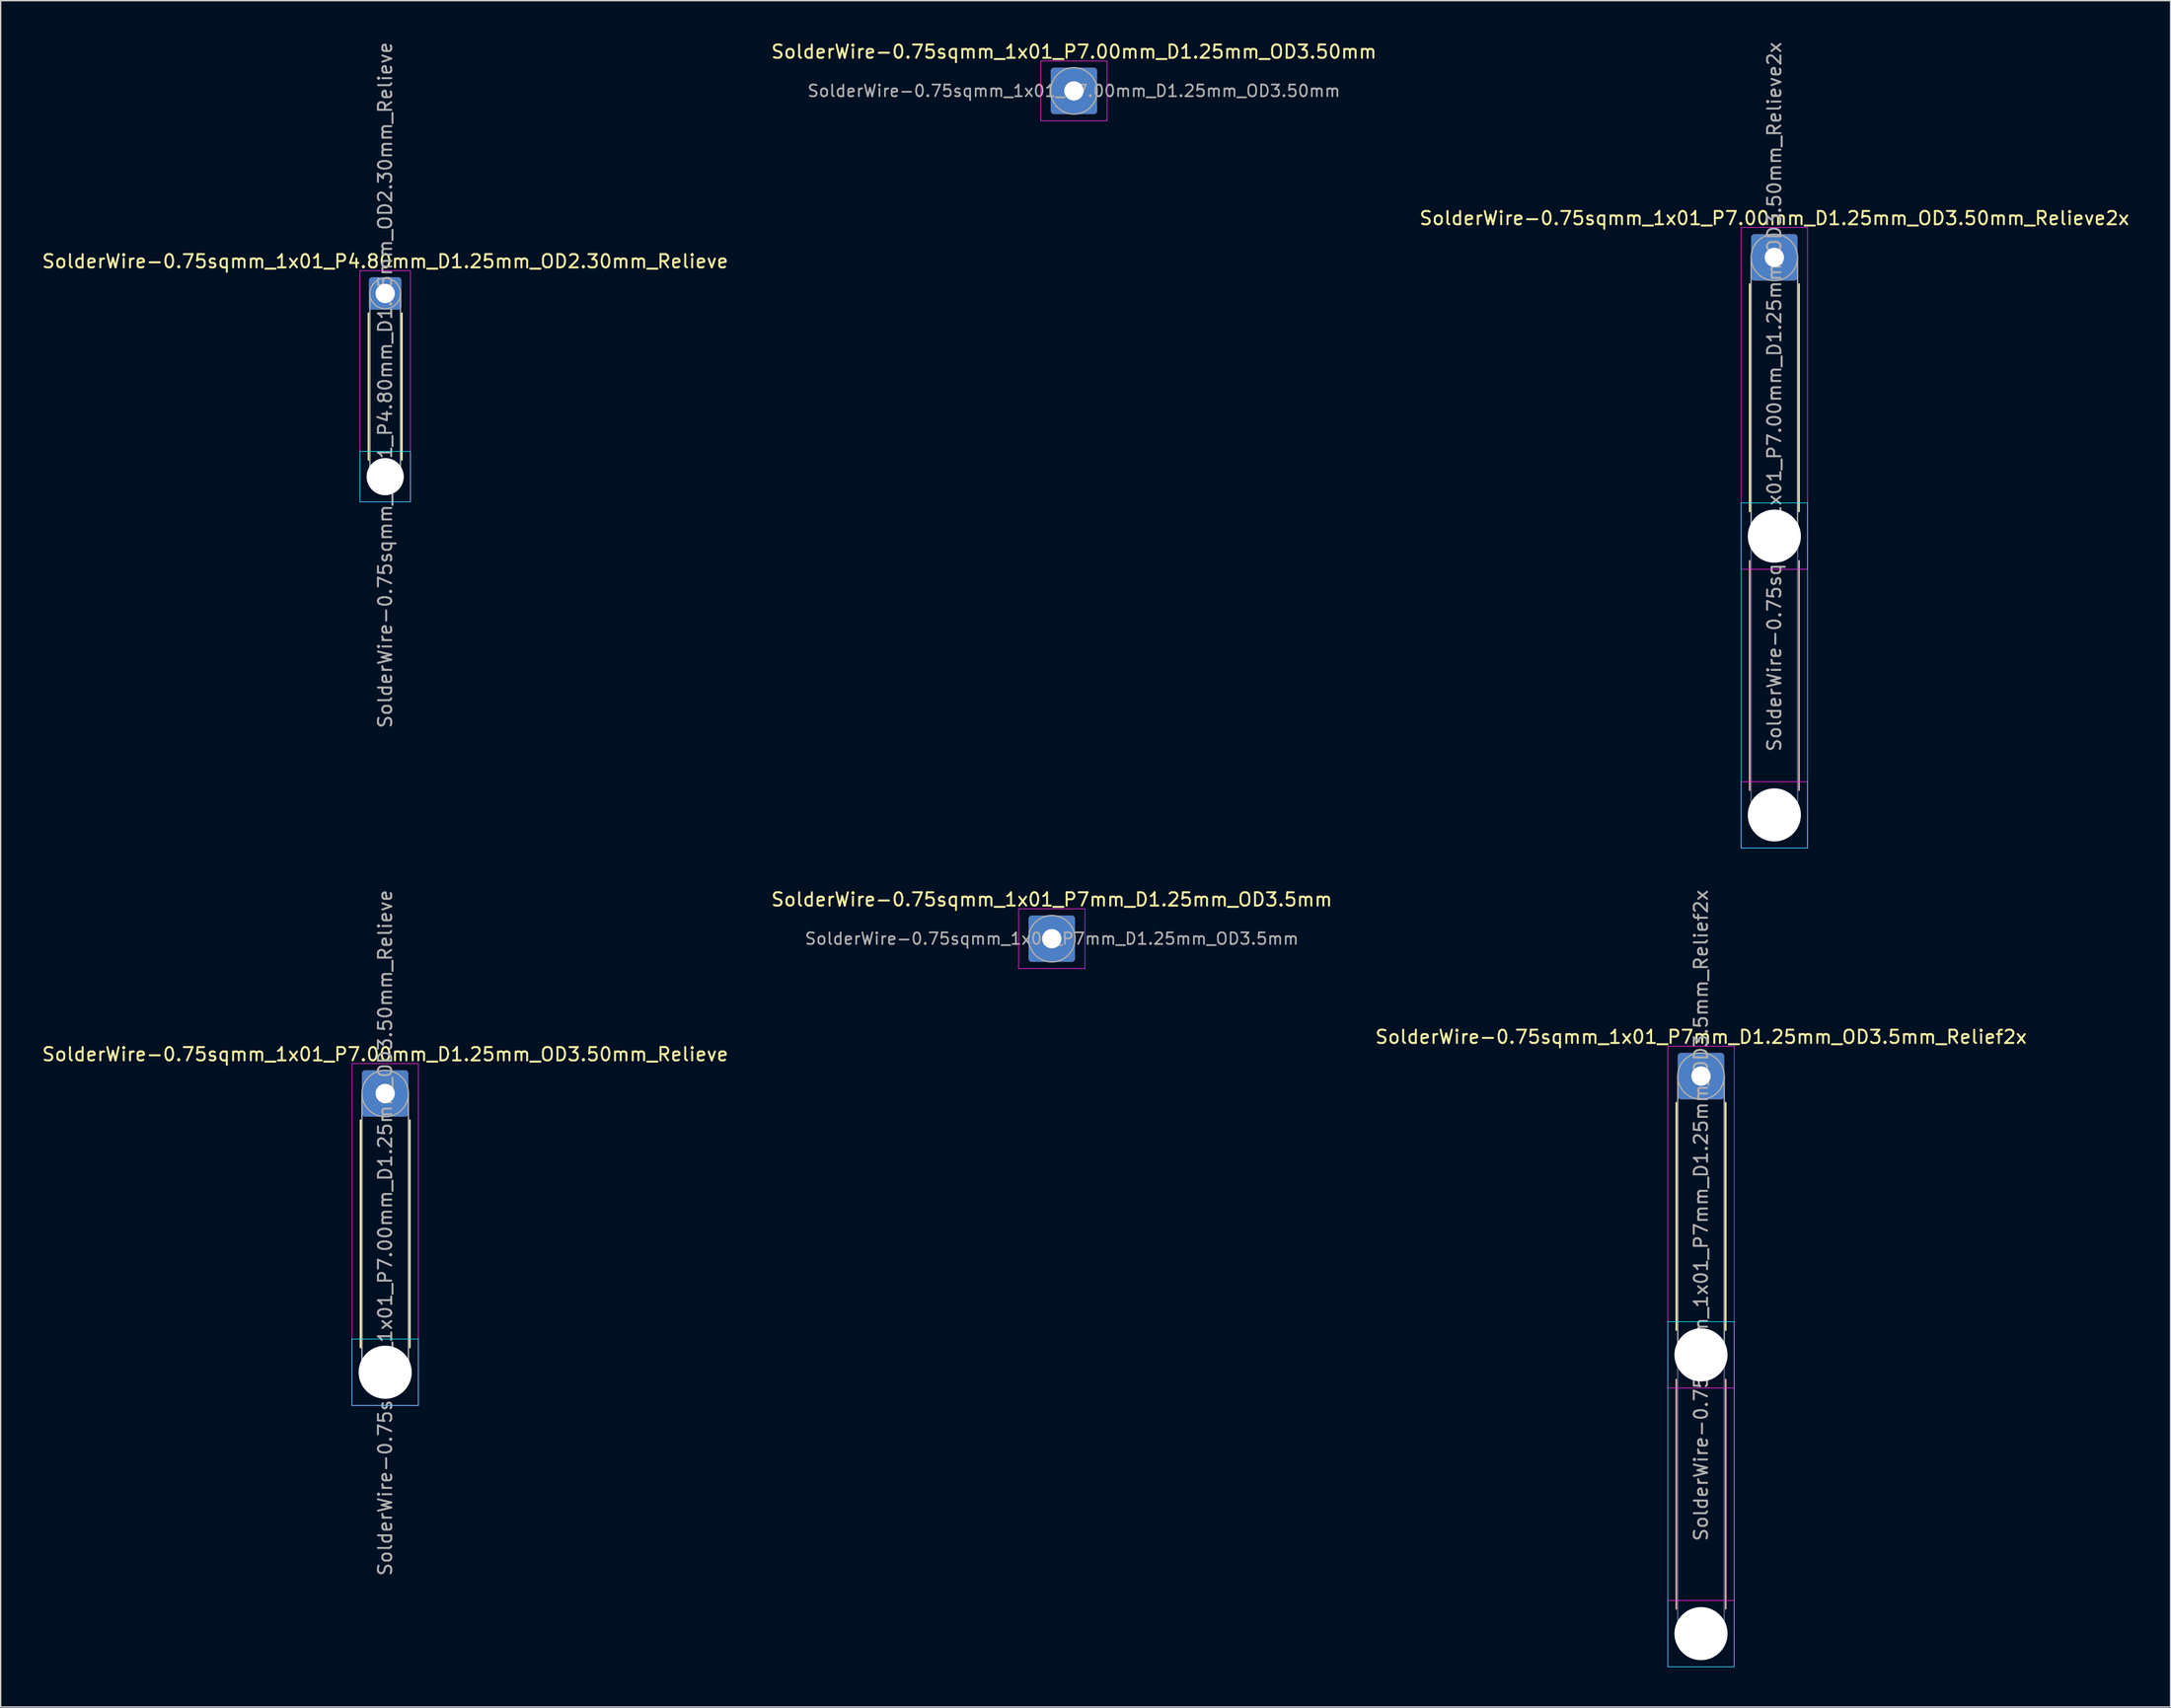
<source format=kicad_pcb>
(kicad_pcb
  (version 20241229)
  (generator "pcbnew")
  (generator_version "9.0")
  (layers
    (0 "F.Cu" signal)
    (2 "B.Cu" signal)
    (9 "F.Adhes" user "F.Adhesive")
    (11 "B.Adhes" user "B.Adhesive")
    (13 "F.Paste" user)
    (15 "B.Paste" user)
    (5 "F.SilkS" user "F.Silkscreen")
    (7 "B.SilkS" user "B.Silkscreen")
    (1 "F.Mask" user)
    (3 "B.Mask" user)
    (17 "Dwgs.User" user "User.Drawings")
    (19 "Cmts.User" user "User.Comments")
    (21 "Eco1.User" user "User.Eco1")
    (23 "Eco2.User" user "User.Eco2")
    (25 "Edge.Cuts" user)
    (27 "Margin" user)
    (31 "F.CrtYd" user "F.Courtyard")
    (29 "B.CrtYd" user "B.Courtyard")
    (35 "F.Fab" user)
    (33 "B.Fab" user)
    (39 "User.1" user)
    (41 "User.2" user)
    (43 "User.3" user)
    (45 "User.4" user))
  (footprint "SolderWire-0.75sqmm_1x01_P7mm_D1.25mm_OD3.5mm_Relief2x"
    (layer "F.Cu")
    (at 125.054 78.013)
    (property "Reference" "SolderWire-0.75sqmm_1x01_P7mm_D1.25mm_OD3.5mm_Relief2x" (at 0 -2.95 0) (layer "F.SilkS") (effects (font (size 1 1) (thickness 0.15))))
    (attr exclude_from_pos_files exclude_from_bom)
    (fp_line (start -1.86 2.01) (end -1.86 19.14) (stroke (width 0.12) (type solid)) (layer "F.SilkS"))
    (fp_line (start 1.86 2.01) (end 1.86 19.14) (stroke (width 0.12) (type solid)) (layer "F.SilkS"))
    (fp_line (start -1.86 22.86) (end -1.86 40.14) (stroke (width 0.12) (type solid)) (layer "B.SilkS"))
    (fp_line (start 1.86 22.86) (end 1.86 40.14) (stroke (width 0.12) (type solid)) (layer "B.SilkS"))
    (fp_line (start -2.5 18.5) (end -2.5 44.5) (stroke (width 0.05) (type solid)) (layer "B.CrtYd"))
    (fp_line (start -2.5 44.5) (end 2.5 44.5) (stroke (width 0.05) (type solid)) (layer "B.CrtYd"))
    (fp_line (start 2.5 18.5) (end -2.5 18.5) (stroke (width 0.05) (type solid)) (layer "B.CrtYd"))
    (fp_line (start 2.5 44.5) (end 2.5 18.5) (stroke (width 0.05) (type solid)) (layer "B.CrtYd"))
    (fp_line (start -2.5 -2.25) (end -2.5 23.5) (stroke (width 0.05) (type solid)) (layer "F.CrtYd"))
    (fp_line (start -2.5 23.5) (end 2.5 23.5) (stroke (width 0.05) (type solid)) (layer "F.CrtYd"))
    (fp_line (start -2.5 39.5) (end -2.5 44.5) (stroke (width 0.05) (type solid)) (layer "F.CrtYd"))
    (fp_line (start -2.5 44.5) (end 2.5 44.5) (stroke (width 0.05) (type solid)) (layer "F.CrtYd"))
    (fp_line (start 2.5 -2.25) (end -2.5 -2.25) (stroke (width 0.05) (type solid)) (layer "F.CrtYd"))
    (fp_line (start 2.5 23.5) (end 2.5 -2.25) (stroke (width 0.05) (type solid)) (layer "F.CrtYd"))
    (fp_line (start 2.5 39.5) (end -2.5 39.5) (stroke (width 0.05) (type solid)) (layer "F.CrtYd"))
    (fp_line (start 2.5 44.5) (end 2.5 39.5) (stroke (width 0.05) (type solid)) (layer "F.CrtYd"))
    (fp_line (start -1.75 21) (end -1.75 42) (stroke (width 0.1) (type solid)) (layer "B.Fab"))
    (fp_line (start 1.75 21) (end 1.75 42) (stroke (width 0.1) (type solid)) (layer "B.Fab"))
    (fp_circle (center 0 21) (end 1.75 21) (stroke (width 0.1) (type solid)) (fill no) (layer "B.Fab"))
    (fp_circle (center 0 42) (end 1.75 42) (stroke (width 0.1) (type solid)) (fill no) (layer "B.Fab"))
    (fp_line (start -1.75 0) (end -1.75 21) (stroke (width 0.1) (type solid)) (layer "F.Fab"))
    (fp_line (start 1.75 0) (end 1.75 21) (stroke (width 0.1) (type solid)) (layer "F.Fab"))
    (fp_circle (center 0 0) (end 1.75 0) (stroke (width 0.1) (type solid)) (fill no) (layer "F.Fab"))
    (fp_circle (center 0 21) (end 1.75 21) (stroke (width 0.1) (type solid)) (fill no) (layer "F.Fab"))
    (fp_circle (center 0 42) (end 1.75 42) (stroke (width 0.1) (type solid)) (fill no) (layer "F.Fab"))
    (fp_text user "${REFERENCE}" (at 0 10.5 90) (layer "F.Fab") (effects (font (size 1 1) (thickness 0.15))))
    (pad "" np_thru_hole circle (at 0 21) (size 4 4) (drill 4) (layers "*.Cu" "*.Mask"))
    (pad "" np_thru_hole circle (at 0 42) (size 4 4) (drill 4) (layers "*.Cu" "*.Mask"))
    (pad "1" thru_hole roundrect (at 0 0) (size 3.5 3.5) (drill 1.45) (layers "*.Cu" "*.Mask") (roundrect_rratio 0.071)))
  (footprint "SolderWire-0.75sqmm_1x01_P7.00mm_D1.25mm_OD3.50mm"
    (layer "F.Cu")
    (at 77.827 3.798)
    (property "Reference" "SolderWire-0.75sqmm_1x01_P7.00mm_D1.25mm_OD3.50mm" (at 0 -2.95 0) (layer "F.SilkS") (effects (font (size 1 1) (thickness 0.15))))
    (attr exclude_from_pos_files exclude_from_bom)
    (fp_line (start -2.5 -2.25) (end -2.5 2.25) (stroke (width 0.05) (type solid)) (layer "F.CrtYd"))
    (fp_line (start -2.5 2.25) (end 2.5 2.25) (stroke (width 0.05) (type solid)) (layer "F.CrtYd"))
    (fp_line (start 2.5 -2.25) (end -2.5 -2.25) (stroke (width 0.05) (type solid)) (layer "F.CrtYd"))
    (fp_line (start 2.5 2.25) (end 2.5 -2.25) (stroke (width 0.05) (type solid)) (layer "F.CrtYd"))
    (fp_circle (center 0 0) (end 1.75 0) (stroke (width 0.1) (type solid)) (fill no) (layer "F.Fab"))
    (fp_text user "${REFERENCE}" (at 0 0 0) (layer "F.Fab") (effects (font (size 0.88 0.88) (thickness 0.13))))
    (pad "1" thru_hole roundrect (at 0 0) (size 3.5 3.5) (drill 1.45) (layers "*.Cu" "*.Mask") (roundrect_rratio 0.071)))
  (footprint "SolderWire-0.75sqmm_1x01_P4.80mm_D1.25mm_OD2.30mm_Relieve"
    (layer "F.Cu")
    (at 25.958 19.058)
    (property "Reference" "SolderWire-0.75sqmm_1x01_P4.80mm_D1.25mm_OD2.30mm_Relieve" (at 0 -2.42 0) (layer "F.SilkS") (effects (font (size 1 1) (thickness 0.15))))
    (attr exclude_from_pos_files exclude_from_bom)
    (fp_line (start -1.26 1.485) (end -1.26 12.54) (stroke (width 0.12) (type solid)) (layer "F.SilkS"))
    (fp_line (start 1.26 1.485) (end 1.26 12.54) (stroke (width 0.12) (type solid)) (layer "F.SilkS"))
    (fp_line (start -1.9 11.9) (end -1.9 15.7) (stroke (width 0.05) (type solid)) (layer "B.CrtYd"))
    (fp_line (start -1.9 15.7) (end 1.9 15.7) (stroke (width 0.05) (type solid)) (layer "B.CrtYd"))
    (fp_line (start 1.9 11.9) (end -1.9 11.9) (stroke (width 0.05) (type solid)) (layer "B.CrtYd"))
    (fp_line (start 1.9 15.7) (end 1.9 11.9) (stroke (width 0.05) (type solid)) (layer "B.CrtYd"))
    (fp_line (start -1.9 -1.72) (end -1.9 15.7) (stroke (width 0.05) (type solid)) (layer "F.CrtYd"))
    (fp_line (start -1.9 15.7) (end 1.9 15.7) (stroke (width 0.05) (type solid)) (layer "F.CrtYd"))
    (fp_line (start 1.9 -1.72) (end -1.9 -1.72) (stroke (width 0.05) (type solid)) (layer "F.CrtYd"))
    (fp_line (start 1.9 15.7) (end 1.9 -1.72) (stroke (width 0.05) (type solid)) (layer "F.CrtYd"))
    (fp_line (start -1.15 0) (end -1.15 13.8) (stroke (width 0.1) (type solid)) (layer "F.Fab"))
    (fp_line (start 1.15 0) (end 1.15 13.8) (stroke (width 0.1) (type solid)) (layer "F.Fab"))
    (fp_circle (center 0 0) (end 1.15 0) (stroke (width 0.1) (type solid)) (fill no) (layer "F.Fab"))
    (fp_circle (center 0 13.8) (end 1.15 13.8) (stroke (width 0.1) (type solid)) (fill no) (layer "F.Fab"))
    (fp_text user "${REFERENCE}" (at 0 6.9 90) (layer "F.Fab") (effects (font (size 1 1) (thickness 0.15))))
    (pad "" np_thru_hole circle (at 0 13.8) (size 2.8 2.8) (drill 2.8) (layers "*.Cu" "*.Mask"))
    (pad "1" thru_hole roundrect (at 0 0) (size 2.45 2.45) (drill 1.45) (layers "*.Cu" "*.Mask") (roundrect_rratio 0.102)))
  (footprint "SolderWire-0.75sqmm_1x01_P7mm_D1.25mm_OD3.5mm"
    (layer "F.Cu")
    (at 76.161 67.663)
    (property "Reference" "SolderWire-0.75sqmm_1x01_P7mm_D1.25mm_OD3.5mm" (at 0 -2.95 0) (layer "F.SilkS") (effects (font (size 1 1) (thickness 0.15))))
    (attr exclude_from_pos_files exclude_from_bom)
    (fp_line (start -2.5 -2.25) (end -2.5 2.25) (stroke (width 0.05) (type solid)) (layer "F.CrtYd"))
    (fp_line (start -2.5 2.25) (end 2.5 2.25) (stroke (width 0.05) (type solid)) (layer "F.CrtYd"))
    (fp_line (start 2.5 -2.25) (end -2.5 -2.25) (stroke (width 0.05) (type solid)) (layer "F.CrtYd"))
    (fp_line (start 2.5 2.25) (end 2.5 -2.25) (stroke (width 0.05) (type solid)) (layer "F.CrtYd"))
    (fp_circle (center 0 0) (end 1.75 0) (stroke (width 0.1) (type solid)) (fill no) (layer "F.Fab"))
    (fp_text user "${REFERENCE}" (at 0 0 0) (layer "F.Fab") (effects (font (size 0.88 0.88) (thickness 0.13))))
    (pad "1" thru_hole roundrect (at 0 0) (size 3.5 3.5) (drill 1.45) (layers "*.Cu" "*.Mask") (roundrect_rratio 0.071)))
  (footprint "SolderWire-0.75sqmm_1x01_P7.00mm_D1.25mm_OD3.50mm_Relieve"
    (layer "F.Cu")
    (at 25.958 79.323)
    (property "Reference" "SolderWire-0.75sqmm_1x01_P7.00mm_D1.25mm_OD3.50mm_Relieve" (at 0 -2.95 0) (layer "F.SilkS") (effects (font (size 1 1) (thickness 0.15))))
    (attr exclude_from_pos_files exclude_from_bom)
    (fp_line (start -1.86 2.01) (end -1.86 19.14) (stroke (width 0.12) (type solid)) (layer "F.SilkS"))
    (fp_line (start 1.86 2.01) (end 1.86 19.14) (stroke (width 0.12) (type solid)) (layer "F.SilkS"))
    (fp_line (start -2.5 18.5) (end -2.5 23.5) (stroke (width 0.05) (type solid)) (layer "B.CrtYd"))
    (fp_line (start -2.5 23.5) (end 2.5 23.5) (stroke (width 0.05) (type solid)) (layer "B.CrtYd"))
    (fp_line (start 2.5 18.5) (end -2.5 18.5) (stroke (width 0.05) (type solid)) (layer "B.CrtYd"))
    (fp_line (start 2.5 23.5) (end 2.5 18.5) (stroke (width 0.05) (type solid)) (layer "B.CrtYd"))
    (fp_line (start -2.5 -2.25) (end -2.5 23.5) (stroke (width 0.05) (type solid)) (layer "F.CrtYd"))
    (fp_line (start -2.5 23.5) (end 2.5 23.5) (stroke (width 0.05) (type solid)) (layer "F.CrtYd"))
    (fp_line (start 2.5 -2.25) (end -2.5 -2.25) (stroke (width 0.05) (type solid)) (layer "F.CrtYd"))
    (fp_line (start 2.5 23.5) (end 2.5 -2.25) (stroke (width 0.05) (type solid)) (layer "F.CrtYd"))
    (fp_line (start -1.75 0) (end -1.75 21) (stroke (width 0.1) (type solid)) (layer "F.Fab"))
    (fp_line (start 1.75 0) (end 1.75 21) (stroke (width 0.1) (type solid)) (layer "F.Fab"))
    (fp_circle (center 0 0) (end 1.75 0) (stroke (width 0.1) (type solid)) (fill no) (layer "F.Fab"))
    (fp_circle (center 0 21) (end 1.75 21) (stroke (width 0.1) (type solid)) (fill no) (layer "F.Fab"))
    (fp_text user "${REFERENCE}" (at 0 10.5 90) (layer "F.Fab") (effects (font (size 1 1) (thickness 0.15))))
    (pad "" np_thru_hole circle (at 0 21) (size 4 4) (drill 4) (layers "*.Cu" "*.Mask"))
    (pad "1" thru_hole roundrect (at 0 0) (size 3.5 3.5) (drill 1.45) (layers "*.Cu" "*.Mask") (roundrect_rratio 0.071)))
  (footprint "SolderWire-0.75sqmm_1x01_P7.00mm_D1.25mm_OD3.50mm_Relieve2x"
    (layer "F.Cu")
    (at 130.577 16.339)
    (property "Reference" "SolderWire-0.75sqmm_1x01_P7.00mm_D1.25mm_OD3.50mm_Relieve2x" (at 0 -2.95 0) (layer "F.SilkS") (effects (font (size 1 1) (thickness 0.15))))
    (attr exclude_from_pos_files exclude_from_bom)
    (fp_line (start -1.86 2.01) (end -1.86 19.14) (stroke (width 0.12) (type solid)) (layer "F.SilkS"))
    (fp_line (start 1.86 2.01) (end 1.86 19.14) (stroke (width 0.12) (type solid)) (layer "F.SilkS"))
    (fp_line (start -1.86 22.86) (end -1.86 40.14) (stroke (width 0.12) (type solid)) (layer "B.SilkS"))
    (fp_line (start 1.86 22.86) (end 1.86 40.14) (stroke (width 0.12) (type solid)) (layer "B.SilkS"))
    (fp_line (start -2.5 18.5) (end -2.5 44.5) (stroke (width 0.05) (type solid)) (layer "B.CrtYd"))
    (fp_line (start -2.5 44.5) (end 2.5 44.5) (stroke (width 0.05) (type solid)) (layer "B.CrtYd"))
    (fp_line (start 2.5 18.5) (end -2.5 18.5) (stroke (width 0.05) (type solid)) (layer "B.CrtYd"))
    (fp_line (start 2.5 44.5) (end 2.5 18.5) (stroke (width 0.05) (type solid)) (layer "B.CrtYd"))
    (fp_line (start -2.5 -2.25) (end -2.5 23.5) (stroke (width 0.05) (type solid)) (layer "F.CrtYd"))
    (fp_line (start -2.5 23.5) (end 2.5 23.5) (stroke (width 0.05) (type solid)) (layer "F.CrtYd"))
    (fp_line (start -2.5 39.5) (end -2.5 44.5) (stroke (width 0.05) (type solid)) (layer "F.CrtYd"))
    (fp_line (start -2.5 44.5) (end 2.5 44.5) (stroke (width 0.05) (type solid)) (layer "F.CrtYd"))
    (fp_line (start 2.5 -2.25) (end -2.5 -2.25) (stroke (width 0.05) (type solid)) (layer "F.CrtYd"))
    (fp_line (start 2.5 23.5) (end 2.5 -2.25) (stroke (width 0.05) (type solid)) (layer "F.CrtYd"))
    (fp_line (start 2.5 39.5) (end -2.5 39.5) (stroke (width 0.05) (type solid)) (layer "F.CrtYd"))
    (fp_line (start 2.5 44.5) (end 2.5 39.5) (stroke (width 0.05) (type solid)) (layer "F.CrtYd"))
    (fp_line (start -1.75 21) (end -1.75 42) (stroke (width 0.1) (type solid)) (layer "B.Fab"))
    (fp_line (start 1.75 21) (end 1.75 42) (stroke (width 0.1) (type solid)) (layer "B.Fab"))
    (fp_circle (center 0 21) (end 1.75 21) (stroke (width 0.1) (type solid)) (fill no) (layer "B.Fab"))
    (fp_circle (center 0 42) (end 1.75 42) (stroke (width 0.1) (type solid)) (fill no) (layer "B.Fab"))
    (fp_line (start -1.75 0) (end -1.75 21) (stroke (width 0.1) (type solid)) (layer "F.Fab"))
    (fp_line (start 1.75 0) (end 1.75 21) (stroke (width 0.1) (type solid)) (layer "F.Fab"))
    (fp_circle (center 0 0) (end 1.75 0) (stroke (width 0.1) (type solid)) (fill no) (layer "F.Fab"))
    (fp_circle (center 0 21) (end 1.75 21) (stroke (width 0.1) (type solid)) (fill no) (layer "F.Fab"))
    (fp_circle (center 0 42) (end 1.75 42) (stroke (width 0.1) (type solid)) (fill no) (layer "F.Fab"))
    (fp_text user "${REFERENCE}" (at 0 10.5 90) (layer "F.Fab") (effects (font (size 1 1) (thickness 0.15))))
    (pad "" np_thru_hole circle (at 0 21) (size 4 4) (drill 4) (layers "*.Cu" "*.Mask"))
    (pad "" np_thru_hole circle (at 0 42) (size 4 4) (drill 4) (layers "*.Cu" "*.Mask"))
    (pad "1" thru_hole roundrect (at 0 0) (size 3.5 3.5) (drill 1.45) (layers "*.Cu" "*.Mask") (roundrect_rratio 0.071)))
  (gr_rect
    (start -3 -3)
    (end 160.417 125.538)
    (stroke (width 0.1) (type default))
    (fill no)
    (layer "Edge.Cuts")))
</source>
